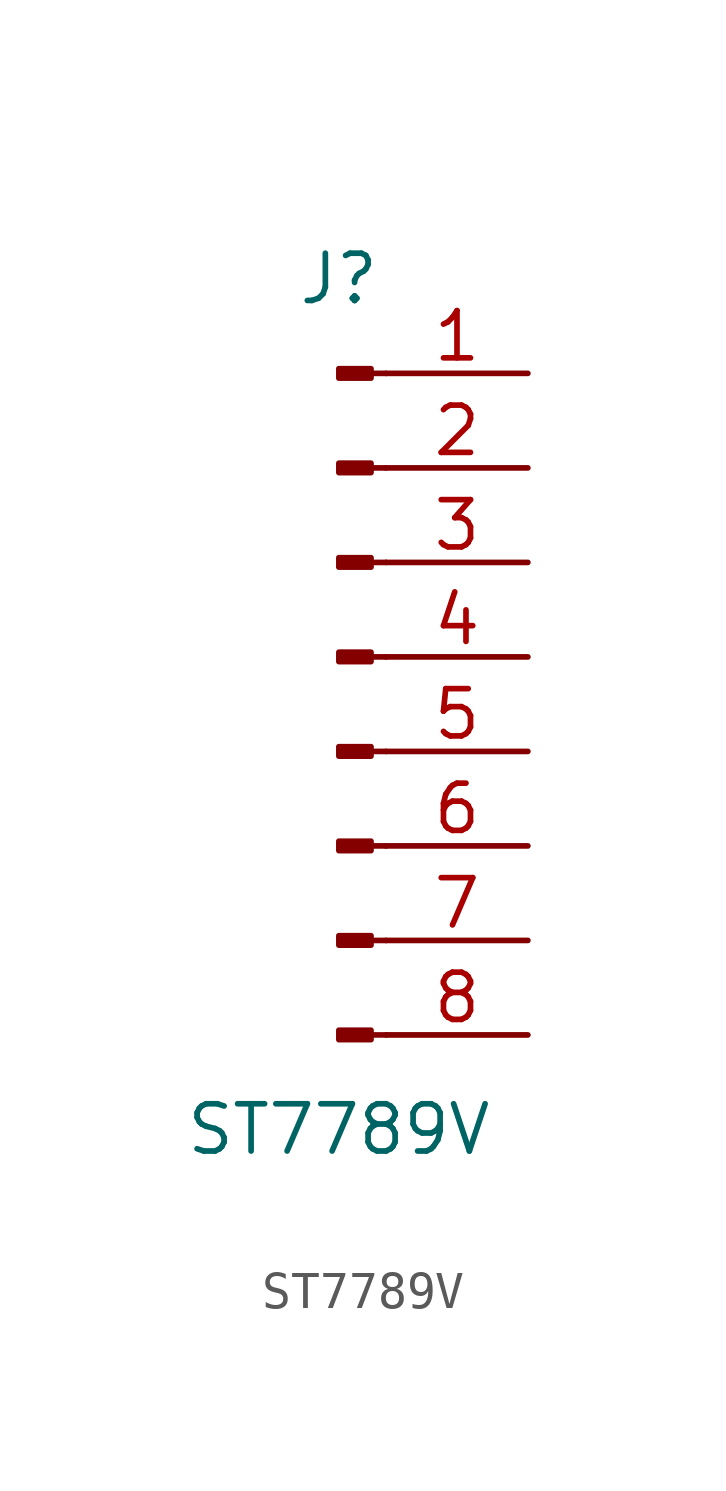
<source format=kicad_sym>
(kicad_symbol_lib
  (version 20241209)
  (generator "kicad_symbol_editor")
  (generator_version "9.0")
  (symbol "ST7789V"
    (pin_names
      (offset 1.016)
      (hide yes))
    (property "Reference" "J"
      (at 0 10.16 0)
      (effects (font (size 1.27 1.27))))
    (property "Value" "ST7789V"
      (at 0 -12.7 0)
      (effects (font (size 1.27 1.27))))
    (property "ki_locked" ""
      (at 0 0 0)
      (effects (font (size 1.27 1.27))))
    (symbol "ST7789V_1_1"
      (rectangle (start 0.864 7.747) (end 0 7.493) (stroke (width 0.152) (type default)) (fill (type outline)))
      (rectangle (start 0.864 5.207) (end 0 4.953) (stroke (width 0.152) (type default)) (fill (type outline)))
      (rectangle (start 0.864 2.667) (end 0 2.413) (stroke (width 0.152) (type default)) (fill (type outline)))
      (rectangle (start 0.864 0.127) (end 0 -0.127) (stroke (width 0.152) (type default)) (fill (type outline)))
      (rectangle (start 0.864 -2.413) (end 0 -2.667) (stroke (width 0.152) (type default)) (fill (type outline)))
      (rectangle (start 0.864 -4.953) (end 0 -5.207) (stroke (width 0.152) (type default)) (fill (type outline)))
      (rectangle (start 0.864 -7.493) (end 0 -7.747) (stroke (width 0.152) (type default)) (fill (type outline)))
      (rectangle (start 0.864 -10.033) (end 0 -10.287) (stroke (width 0.152) (type default)) (fill (type outline)))
      (polyline (pts (xy 1.27 7.62) (xy 0.864 7.62)) (stroke (width 0.152) (type default)) (fill (type none)))
      (polyline (pts (xy 1.27 5.08) (xy 0.864 5.08)) (stroke (width 0.152) (type default)) (fill (type none)))
      (polyline (pts (xy 1.27 2.54) (xy 0.864 2.54)) (stroke (width 0.152) (type default)) (fill (type none)))
      (polyline (pts (xy 1.27 0) (xy 0.864 0)) (stroke (width 0.152) (type default)) (fill (type none)))
      (polyline (pts (xy 1.27 -2.54) (xy 0.864 -2.54)) (stroke (width 0.152) (type default)) (fill (type none)))
      (polyline (pts (xy 1.27 -5.08) (xy 0.864 -5.08)) (stroke (width 0.152) (type default)) (fill (type none)))
      (polyline (pts (xy 1.27 -7.62) (xy 0.864 -7.62)) (stroke (width 0.152) (type default)) (fill (type none)))
      (polyline (pts (xy 1.27 -10.16) (xy 0.864 -10.16)) (stroke (width 0.152) (type default)) (fill (type none)))
      (pin passive line (at 5.08 7.62 180) (length 3.81) (name "GND" (effects (font (size 1.27 1.27)))) (number "1" (effects (font (size 1.27 1.27)))))
      (pin passive line (at 5.08 5.08 180) (length 3.81) (name "VCC" (effects (font (size 1.27 1.27)))) (number "2" (effects (font (size 1.27 1.27)))))
      (pin passive line (at 5.08 2.54 180) (length 3.81) (name "SCL" (effects (font (size 1.27 1.27)))) (number "3" (effects (font (size 1.27 1.27)))))
      (pin passive line (at 5.08 0 180) (length 3.81) (name "SDA" (effects (font (size 1.27 1.27)))) (number "4" (effects (font (size 1.27 1.27)))))
      (pin passive line (at 5.08 -2.54 180) (length 3.81) (name "RES" (effects (font (size 1.27 1.27)))) (number "5" (effects (font (size 1.27 1.27)))))
      (pin passive line (at 5.08 -5.08 180) (length 3.81) (name "DC" (effects (font (size 1.27 1.27)))) (number "6" (effects (font (size 1.27 1.27)))))
      (pin passive line (at 5.08 -7.62 180) (length 3.81) (name "CS" (effects (font (size 1.27 1.27)))) (number "7" (effects (font (size 1.27 1.27)))))
      (pin passive line (at 5.08 -10.16 180) (length 3.81) (name "BLK" (effects (font (size 1.27 1.27)))) (number "8" (effects (font (size 1.27 1.27))))))))
</source>
